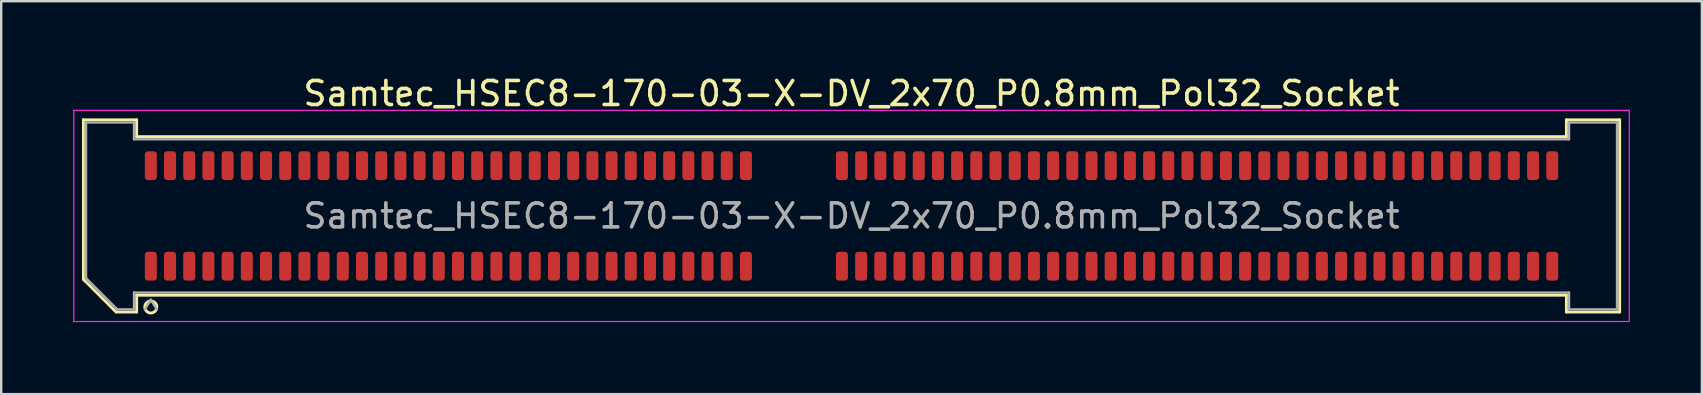
<source format=kicad_pcb>
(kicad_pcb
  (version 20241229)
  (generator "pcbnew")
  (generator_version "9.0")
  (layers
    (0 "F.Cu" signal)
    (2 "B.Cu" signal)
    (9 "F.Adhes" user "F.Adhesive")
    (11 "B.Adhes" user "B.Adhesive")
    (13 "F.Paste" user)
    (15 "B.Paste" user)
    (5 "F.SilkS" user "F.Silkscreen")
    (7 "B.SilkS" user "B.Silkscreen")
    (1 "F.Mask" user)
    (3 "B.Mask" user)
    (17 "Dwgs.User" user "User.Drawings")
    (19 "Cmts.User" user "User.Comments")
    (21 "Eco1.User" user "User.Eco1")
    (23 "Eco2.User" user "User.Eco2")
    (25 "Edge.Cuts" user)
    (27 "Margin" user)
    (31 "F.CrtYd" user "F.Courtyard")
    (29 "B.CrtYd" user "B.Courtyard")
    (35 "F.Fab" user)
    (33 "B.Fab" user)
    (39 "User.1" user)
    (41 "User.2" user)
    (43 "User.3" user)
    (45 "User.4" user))
  (footprint "Samtec_HSEC8-170-03-X-DV_2x70_P0.8mm_Pol32_Socket"
    (layer "F.Cu")
    (at 32.435 5.948)
    (property "Reference" "Samtec_HSEC8-170-03-X-DV_2x70_P0.8mm_Pol32_Socket" (at 0 -5.1 0) (layer "F.SilkS") (effects (font (size 1 1) (thickness 0.15))))
    (attr smd)
    (fp_line (start -32.01 -4.005) (end -29.79 -4.005) (stroke (width 0.12) (type solid)) (layer "F.SilkS"))
    (fp_line (start -32.01 2.641) (end -32.01 -4.005) (stroke (width 0.12) (type solid)) (layer "F.SilkS"))
    (fp_line (start -30.646 4.005) (end -32.01 2.641) (stroke (width 0.12) (type solid)) (layer "F.SilkS"))
    (fp_line (start -29.79 -4.005) (end -29.79 -3.305) (stroke (width 0.12) (type solid)) (layer "F.SilkS"))
    (fp_line (start -29.79 -3.305) (end 29.79 -3.305) (stroke (width 0.12) (type solid)) (layer "F.SilkS"))
    (fp_line (start -29.79 3.305) (end -29.79 4.005) (stroke (width 0.12) (type solid)) (layer "F.SilkS"))
    (fp_line (start -29.79 4.005) (end -30.646 4.005) (stroke (width 0.12) (type solid)) (layer "F.SilkS"))
    (fp_line (start 29.79 -4.005) (end 32.01 -4.005) (stroke (width 0.12) (type solid)) (layer "F.SilkS"))
    (fp_line (start 29.79 -3.305) (end 29.79 -4.005) (stroke (width 0.12) (type solid)) (layer "F.SilkS"))
    (fp_line (start 29.79 3.305) (end -29.79 3.305) (stroke (width 0.12) (type solid)) (layer "F.SilkS"))
    (fp_line (start 29.79 4.005) (end 29.79 3.305) (stroke (width 0.12) (type solid)) (layer "F.SilkS"))
    (fp_line (start 32.01 -4.005) (end 32.01 4.005) (stroke (width 0.12) (type solid)) (layer "F.SilkS"))
    (fp_line (start 32.01 4.005) (end 29.79 4.005) (stroke (width 0.12) (type solid)) (layer "F.SilkS"))
    (fp_arc (start -28.95 3.795) (mid -29.45 3.795) (end -28.95 3.795) (stroke (width 0.12) (type solid)) (layer "F.SilkS"))
    (fp_line (start -32.41 -4.4) (end -32.41 4.4) (stroke (width 0.05) (type solid)) (layer "F.CrtYd"))
    (fp_line (start -32.41 4.4) (end 32.41 4.4) (stroke (width 0.05) (type solid)) (layer "F.CrtYd"))
    (fp_line (start 32.41 -4.4) (end -32.41 -4.4) (stroke (width 0.05) (type solid)) (layer "F.CrtYd"))
    (fp_line (start 32.41 4.4) (end 32.41 -4.4) (stroke (width 0.05) (type solid)) (layer "F.CrtYd"))
    (fp_line (start -31.9 -3.895) (end -29.9 -3.895) (stroke (width 0.1) (type solid)) (layer "F.Fab"))
    (fp_line (start -31.9 2.595) (end -31.9 -3.895) (stroke (width 0.1) (type solid)) (layer "F.Fab"))
    (fp_line (start -30.6 3.895) (end -31.9 2.595) (stroke (width 0.1) (type solid)) (layer "F.Fab"))
    (fp_line (start -29.9 -3.895) (end -29.9 -3.195) (stroke (width 0.1) (type solid)) (layer "F.Fab"))
    (fp_line (start -29.9 -3.195) (end 29.9 -3.195) (stroke (width 0.1) (type solid)) (layer "F.Fab"))
    (fp_line (start -29.9 3.195) (end -29.9 3.895) (stroke (width 0.1) (type solid)) (layer "F.Fab"))
    (fp_line (start -29.9 3.895) (end -30.6 3.895) (stroke (width 0.1) (type solid)) (layer "F.Fab"))
    (fp_line (start -29.2 3.495) (end -29.45 3.895) (stroke (width 0.1) (type solid)) (layer "F.Fab"))
    (fp_line (start -29.2 3.495) (end -28.95 3.895) (stroke (width 0.1) (type solid)) (layer "F.Fab"))
    (fp_line (start 29.9 -3.895) (end 31.9 -3.895) (stroke (width 0.1) (type solid)) (layer "F.Fab"))
    (fp_line (start 29.9 -3.195) (end 29.9 -3.895) (stroke (width 0.1) (type solid)) (layer "F.Fab"))
    (fp_line (start 29.9 3.195) (end -29.9 3.195) (stroke (width 0.1) (type solid)) (layer "F.Fab"))
    (fp_line (start 29.9 3.895) (end 29.9 3.195) (stroke (width 0.1) (type solid)) (layer "F.Fab"))
    (fp_line (start 31.9 -3.895) (end 31.9 3.895) (stroke (width 0.1) (type solid)) (layer "F.Fab"))
    (fp_line (start 31.9 3.895) (end 29.9 3.895) (stroke (width 0.1) (type solid)) (layer "F.Fab"))
    (fp_text user "${REFERENCE}" (at 0 0 0) (layer "F.Fab") (effects (font (size 1 1) (thickness 0.15))))
    (pad "1" smd roundrect (at -29.2 2.095) (size 0.5 1.2) (layers "F.Cu" "F.Mask" "F.Paste") (roundrect_rratio 0.25))
    (pad "2" smd roundrect (at -29.2 -2.095) (size 0.5 1.2) (layers "F.Cu" "F.Mask" "F.Paste") (roundrect_rratio 0.25))
    (pad "3" smd roundrect (at -28.4 2.095) (size 0.5 1.2) (layers "F.Cu" "F.Mask" "F.Paste") (roundrect_rratio 0.25))
    (pad "4" smd roundrect (at -28.4 -2.095) (size 0.5 1.2) (layers "F.Cu" "F.Mask" "F.Paste") (roundrect_rratio 0.25))
    (pad "5" smd roundrect (at -27.6 2.095) (size 0.5 1.2) (layers "F.Cu" "F.Mask" "F.Paste") (roundrect_rratio 0.25))
    (pad "6" smd roundrect (at -27.6 -2.095) (size 0.5 1.2) (layers "F.Cu" "F.Mask" "F.Paste") (roundrect_rratio 0.25))
    (pad "7" smd roundrect (at -26.8 2.095) (size 0.5 1.2) (layers "F.Cu" "F.Mask" "F.Paste") (roundrect_rratio 0.25))
    (pad "8" smd roundrect (at -26.8 -2.095) (size 0.5 1.2) (layers "F.Cu" "F.Mask" "F.Paste") (roundrect_rratio 0.25))
    (pad "9" smd roundrect (at -26 2.095) (size 0.5 1.2) (layers "F.Cu" "F.Mask" "F.Paste") (roundrect_rratio 0.25))
    (pad "10" smd roundrect (at -26 -2.095) (size 0.5 1.2) (layers "F.Cu" "F.Mask" "F.Paste") (roundrect_rratio 0.25))
    (pad "11" smd roundrect (at -25.2 2.095) (size 0.5 1.2) (layers "F.Cu" "F.Mask" "F.Paste") (roundrect_rratio 0.25))
    (pad "12" smd roundrect (at -25.2 -2.095) (size 0.5 1.2) (layers "F.Cu" "F.Mask" "F.Paste") (roundrect_rratio 0.25))
    (pad "13" smd roundrect (at -24.4 2.095) (size 0.5 1.2) (layers "F.Cu" "F.Mask" "F.Paste") (roundrect_rratio 0.25))
    (pad "14" smd roundrect (at -24.4 -2.095) (size 0.5 1.2) (layers "F.Cu" "F.Mask" "F.Paste") (roundrect_rratio 0.25))
    (pad "15" smd roundrect (at -23.6 2.095) (size 0.5 1.2) (layers "F.Cu" "F.Mask" "F.Paste") (roundrect_rratio 0.25))
    (pad "16" smd roundrect (at -23.6 -2.095) (size 0.5 1.2) (layers "F.Cu" "F.Mask" "F.Paste") (roundrect_rratio 0.25))
    (pad "17" smd roundrect (at -22.8 2.095) (size 0.5 1.2) (layers "F.Cu" "F.Mask" "F.Paste") (roundrect_rratio 0.25))
    (pad "18" smd roundrect (at -22.8 -2.095) (size 0.5 1.2) (layers "F.Cu" "F.Mask" "F.Paste") (roundrect_rratio 0.25))
    (pad "19" smd roundrect (at -22 2.095) (size 0.5 1.2) (layers "F.Cu" "F.Mask" "F.Paste") (roundrect_rratio 0.25))
    (pad "20" smd roundrect (at -22 -2.095) (size 0.5 1.2) (layers "F.Cu" "F.Mask" "F.Paste") (roundrect_rratio 0.25))
    (pad "21" smd roundrect (at -21.2 2.095) (size 0.5 1.2) (layers "F.Cu" "F.Mask" "F.Paste") (roundrect_rratio 0.25))
    (pad "22" smd roundrect (at -21.2 -2.095) (size 0.5 1.2) (layers "F.Cu" "F.Mask" "F.Paste") (roundrect_rratio 0.25))
    (pad "23" smd roundrect (at -20.4 2.095) (size 0.5 1.2) (layers "F.Cu" "F.Mask" "F.Paste") (roundrect_rratio 0.25))
    (pad "24" smd roundrect (at -20.4 -2.095) (size 0.5 1.2) (layers "F.Cu" "F.Mask" "F.Paste") (roundrect_rratio 0.25))
    (pad "25" smd roundrect (at -19.6 2.095) (size 0.5 1.2) (layers "F.Cu" "F.Mask" "F.Paste") (roundrect_rratio 0.25))
    (pad "26" smd roundrect (at -19.6 -2.095) (size 0.5 1.2) (layers "F.Cu" "F.Mask" "F.Paste") (roundrect_rratio 0.25))
    (pad "27" smd roundrect (at -18.8 2.095) (size 0.5 1.2) (layers "F.Cu" "F.Mask" "F.Paste") (roundrect_rratio 0.25))
    (pad "28" smd roundrect (at -18.8 -2.095) (size 0.5 1.2) (layers "F.Cu" "F.Mask" "F.Paste") (roundrect_rratio 0.25))
    (pad "29" smd roundrect (at -18 2.095) (size 0.5 1.2) (layers "F.Cu" "F.Mask" "F.Paste") (roundrect_rratio 0.25))
    (pad "30" smd roundrect (at -18 -2.095) (size 0.5 1.2) (layers "F.Cu" "F.Mask" "F.Paste") (roundrect_rratio 0.25))
    (pad "31" smd roundrect (at -17.2 2.095) (size 0.5 1.2) (layers "F.Cu" "F.Mask" "F.Paste") (roundrect_rratio 0.25))
    (pad "32" smd roundrect (at -17.2 -2.095) (size 0.5 1.2) (layers "F.Cu" "F.Mask" "F.Paste") (roundrect_rratio 0.25))
    (pad "33" smd roundrect (at -16.4 2.095) (size 0.5 1.2) (layers "F.Cu" "F.Mask" "F.Paste") (roundrect_rratio 0.25))
    (pad "34" smd roundrect (at -16.4 -2.095) (size 0.5 1.2) (layers "F.Cu" "F.Mask" "F.Paste") (roundrect_rratio 0.25))
    (pad "35" smd roundrect (at -15.6 2.095) (size 0.5 1.2) (layers "F.Cu" "F.Mask" "F.Paste") (roundrect_rratio 0.25))
    (pad "36" smd roundrect (at -15.6 -2.095) (size 0.5 1.2) (layers "F.Cu" "F.Mask" "F.Paste") (roundrect_rratio 0.25))
    (pad "37" smd roundrect (at -14.8 2.095) (size 0.5 1.2) (layers "F.Cu" "F.Mask" "F.Paste") (roundrect_rratio 0.25))
    (pad "38" smd roundrect (at -14.8 -2.095) (size 0.5 1.2) (layers "F.Cu" "F.Mask" "F.Paste") (roundrect_rratio 0.25))
    (pad "39" smd roundrect (at -14 2.095) (size 0.5 1.2) (layers "F.Cu" "F.Mask" "F.Paste") (roundrect_rratio 0.25))
    (pad "40" smd roundrect (at -14 -2.095) (size 0.5 1.2) (layers "F.Cu" "F.Mask" "F.Paste") (roundrect_rratio 0.25))
    (pad "41" smd roundrect (at -13.2 2.095) (size 0.5 1.2) (layers "F.Cu" "F.Mask" "F.Paste") (roundrect_rratio 0.25))
    (pad "42" smd roundrect (at -13.2 -2.095) (size 0.5 1.2) (layers "F.Cu" "F.Mask" "F.Paste") (roundrect_rratio 0.25))
    (pad "43" smd roundrect (at -12.4 2.095) (size 0.5 1.2) (layers "F.Cu" "F.Mask" "F.Paste") (roundrect_rratio 0.25))
    (pad "44" smd roundrect (at -12.4 -2.095) (size 0.5 1.2) (layers "F.Cu" "F.Mask" "F.Paste") (roundrect_rratio 0.25))
    (pad "45" smd roundrect (at -11.6 2.095) (size 0.5 1.2) (layers "F.Cu" "F.Mask" "F.Paste") (roundrect_rratio 0.25))
    (pad "46" smd roundrect (at -11.6 -2.095) (size 0.5 1.2) (layers "F.Cu" "F.Mask" "F.Paste") (roundrect_rratio 0.25))
    (pad "47" smd roundrect (at -10.8 2.095) (size 0.5 1.2) (layers "F.Cu" "F.Mask" "F.Paste") (roundrect_rratio 0.25))
    (pad "48" smd roundrect (at -10.8 -2.095) (size 0.5 1.2) (layers "F.Cu" "F.Mask" "F.Paste") (roundrect_rratio 0.25))
    (pad "49" smd roundrect (at -10 2.095) (size 0.5 1.2) (layers "F.Cu" "F.Mask" "F.Paste") (roundrect_rratio 0.25))
    (pad "50" smd roundrect (at -10 -2.095) (size 0.5 1.2) (layers "F.Cu" "F.Mask" "F.Paste") (roundrect_rratio 0.25))
    (pad "51" smd roundrect (at -9.2 2.095) (size 0.5 1.2) (layers "F.Cu" "F.Mask" "F.Paste") (roundrect_rratio 0.25))
    (pad "52" smd roundrect (at -9.2 -2.095) (size 0.5 1.2) (layers "F.Cu" "F.Mask" "F.Paste") (roundrect_rratio 0.25))
    (pad "53" smd roundrect (at -8.4 2.095) (size 0.5 1.2) (layers "F.Cu" "F.Mask" "F.Paste") (roundrect_rratio 0.25))
    (pad "54" smd roundrect (at -8.4 -2.095) (size 0.5 1.2) (layers "F.Cu" "F.Mask" "F.Paste") (roundrect_rratio 0.25))
    (pad "55" smd roundrect (at -7.6 2.095) (size 0.5 1.2) (layers "F.Cu" "F.Mask" "F.Paste") (roundrect_rratio 0.25))
    (pad "56" smd roundrect (at -7.6 -2.095) (size 0.5 1.2) (layers "F.Cu" "F.Mask" "F.Paste") (roundrect_rratio 0.25))
    (pad "57" smd roundrect (at -6.8 2.095) (size 0.5 1.2) (layers "F.Cu" "F.Mask" "F.Paste") (roundrect_rratio 0.25))
    (pad "58" smd roundrect (at -6.8 -2.095) (size 0.5 1.2) (layers "F.Cu" "F.Mask" "F.Paste") (roundrect_rratio 0.25))
    (pad "59" smd roundrect (at -6 2.095) (size 0.5 1.2) (layers "F.Cu" "F.Mask" "F.Paste") (roundrect_rratio 0.25))
    (pad "60" smd roundrect (at -6 -2.095) (size 0.5 1.2) (layers "F.Cu" "F.Mask" "F.Paste") (roundrect_rratio 0.25))
    (pad "61" smd roundrect (at -5.2 2.095) (size 0.5 1.2) (layers "F.Cu" "F.Mask" "F.Paste") (roundrect_rratio 0.25))
    (pad "62" smd roundrect (at -5.2 -2.095) (size 0.5 1.2) (layers "F.Cu" "F.Mask" "F.Paste") (roundrect_rratio 0.25))
    (pad "63" smd roundrect (at -4.4 2.095) (size 0.5 1.2) (layers "F.Cu" "F.Mask" "F.Paste") (roundrect_rratio 0.25))
    (pad "64" smd roundrect (at -4.4 -2.095) (size 0.5 1.2) (layers "F.Cu" "F.Mask" "F.Paste") (roundrect_rratio 0.25))
    (pad "65" smd roundrect (at -0.4 2.095) (size 0.5 1.2) (layers "F.Cu" "F.Mask" "F.Paste") (roundrect_rratio 0.25))
    (pad "66" smd roundrect (at -0.4 -2.095) (size 0.5 1.2) (layers "F.Cu" "F.Mask" "F.Paste") (roundrect_rratio 0.25))
    (pad "67" smd roundrect (at 0.4 2.095) (size 0.5 1.2) (layers "F.Cu" "F.Mask" "F.Paste") (roundrect_rratio 0.25))
    (pad "68" smd roundrect (at 0.4 -2.095) (size 0.5 1.2) (layers "F.Cu" "F.Mask" "F.Paste") (roundrect_rratio 0.25))
    (pad "69" smd roundrect (at 1.2 2.095) (size 0.5 1.2) (layers "F.Cu" "F.Mask" "F.Paste") (roundrect_rratio 0.25))
    (pad "70" smd roundrect (at 1.2 -2.095) (size 0.5 1.2) (layers "F.Cu" "F.Mask" "F.Paste") (roundrect_rratio 0.25))
    (pad "71" smd roundrect (at 2 2.095) (size 0.5 1.2) (layers "F.Cu" "F.Mask" "F.Paste") (roundrect_rratio 0.25))
    (pad "72" smd roundrect (at 2 -2.095) (size 0.5 1.2) (layers "F.Cu" "F.Mask" "F.Paste") (roundrect_rratio 0.25))
    (pad "73" smd roundrect (at 2.8 2.095) (size 0.5 1.2) (layers "F.Cu" "F.Mask" "F.Paste") (roundrect_rratio 0.25))
    (pad "74" smd roundrect (at 2.8 -2.095) (size 0.5 1.2) (layers "F.Cu" "F.Mask" "F.Paste") (roundrect_rratio 0.25))
    (pad "75" smd roundrect (at 3.6 2.095) (size 0.5 1.2) (layers "F.Cu" "F.Mask" "F.Paste") (roundrect_rratio 0.25))
    (pad "76" smd roundrect (at 3.6 -2.095) (size 0.5 1.2) (layers "F.Cu" "F.Mask" "F.Paste") (roundrect_rratio 0.25))
    (pad "77" smd roundrect (at 4.4 2.095) (size 0.5 1.2) (layers "F.Cu" "F.Mask" "F.Paste") (roundrect_rratio 0.25))
    (pad "78" smd roundrect (at 4.4 -2.095) (size 0.5 1.2) (layers "F.Cu" "F.Mask" "F.Paste") (roundrect_rratio 0.25))
    (pad "79" smd roundrect (at 5.2 2.095) (size 0.5 1.2) (layers "F.Cu" "F.Mask" "F.Paste") (roundrect_rratio 0.25))
    (pad "80" smd roundrect (at 5.2 -2.095) (size 0.5 1.2) (layers "F.Cu" "F.Mask" "F.Paste") (roundrect_rratio 0.25))
    (pad "81" smd roundrect (at 6 2.095) (size 0.5 1.2) (layers "F.Cu" "F.Mask" "F.Paste") (roundrect_rratio 0.25))
    (pad "82" smd roundrect (at 6 -2.095) (size 0.5 1.2) (layers "F.Cu" "F.Mask" "F.Paste") (roundrect_rratio 0.25))
    (pad "83" smd roundrect (at 6.8 2.095) (size 0.5 1.2) (layers "F.Cu" "F.Mask" "F.Paste") (roundrect_rratio 0.25))
    (pad "84" smd roundrect (at 6.8 -2.095) (size 0.5 1.2) (layers "F.Cu" "F.Mask" "F.Paste") (roundrect_rratio 0.25))
    (pad "85" smd roundrect (at 7.6 2.095) (size 0.5 1.2) (layers "F.Cu" "F.Mask" "F.Paste") (roundrect_rratio 0.25))
    (pad "86" smd roundrect (at 7.6 -2.095) (size 0.5 1.2) (layers "F.Cu" "F.Mask" "F.Paste") (roundrect_rratio 0.25))
    (pad "87" smd roundrect (at 8.4 2.095) (size 0.5 1.2) (layers "F.Cu" "F.Mask" "F.Paste") (roundrect_rratio 0.25))
    (pad "88" smd roundrect (at 8.4 -2.095) (size 0.5 1.2) (layers "F.Cu" "F.Mask" "F.Paste") (roundrect_rratio 0.25))
    (pad "89" smd roundrect (at 9.2 2.095) (size 0.5 1.2) (layers "F.Cu" "F.Mask" "F.Paste") (roundrect_rratio 0.25))
    (pad "90" smd roundrect (at 9.2 -2.095) (size 0.5 1.2) (layers "F.Cu" "F.Mask" "F.Paste") (roundrect_rratio 0.25))
    (pad "91" smd roundrect (at 10 2.095) (size 0.5 1.2) (layers "F.Cu" "F.Mask" "F.Paste") (roundrect_rratio 0.25))
    (pad "92" smd roundrect (at 10 -2.095) (size 0.5 1.2) (layers "F.Cu" "F.Mask" "F.Paste") (roundrect_rratio 0.25))
    (pad "93" smd roundrect (at 10.8 2.095) (size 0.5 1.2) (layers "F.Cu" "F.Mask" "F.Paste") (roundrect_rratio 0.25))
    (pad "94" smd roundrect (at 10.8 -2.095) (size 0.5 1.2) (layers "F.Cu" "F.Mask" "F.Paste") (roundrect_rratio 0.25))
    (pad "95" smd roundrect (at 11.6 2.095) (size 0.5 1.2) (layers "F.Cu" "F.Mask" "F.Paste") (roundrect_rratio 0.25))
    (pad "96" smd roundrect (at 11.6 -2.095) (size 0.5 1.2) (layers "F.Cu" "F.Mask" "F.Paste") (roundrect_rratio 0.25))
    (pad "97" smd roundrect (at 12.4 2.095) (size 0.5 1.2) (layers "F.Cu" "F.Mask" "F.Paste") (roundrect_rratio 0.25))
    (pad "98" smd roundrect (at 12.4 -2.095) (size 0.5 1.2) (layers "F.Cu" "F.Mask" "F.Paste") (roundrect_rratio 0.25))
    (pad "99" smd roundrect (at 13.2 2.095) (size 0.5 1.2) (layers "F.Cu" "F.Mask" "F.Paste") (roundrect_rratio 0.25))
    (pad "100" smd roundrect (at 13.2 -2.095) (size 0.5 1.2) (layers "F.Cu" "F.Mask" "F.Paste") (roundrect_rratio 0.25))
    (pad "101" smd roundrect (at 14 2.095) (size 0.5 1.2) (layers "F.Cu" "F.Mask" "F.Paste") (roundrect_rratio 0.25))
    (pad "102" smd roundrect (at 14 -2.095) (size 0.5 1.2) (layers "F.Cu" "F.Mask" "F.Paste") (roundrect_rratio 0.25))
    (pad "103" smd roundrect (at 14.8 2.095) (size 0.5 1.2) (layers "F.Cu" "F.Mask" "F.Paste") (roundrect_rratio 0.25))
    (pad "104" smd roundrect (at 14.8 -2.095) (size 0.5 1.2) (layers "F.Cu" "F.Mask" "F.Paste") (roundrect_rratio 0.25))
    (pad "105" smd roundrect (at 15.6 2.095) (size 0.5 1.2) (layers "F.Cu" "F.Mask" "F.Paste") (roundrect_rratio 0.25))
    (pad "106" smd roundrect (at 15.6 -2.095) (size 0.5 1.2) (layers "F.Cu" "F.Mask" "F.Paste") (roundrect_rratio 0.25))
    (pad "107" smd roundrect (at 16.4 2.095) (size 0.5 1.2) (layers "F.Cu" "F.Mask" "F.Paste") (roundrect_rratio 0.25))
    (pad "108" smd roundrect (at 16.4 -2.095) (size 0.5 1.2) (layers "F.Cu" "F.Mask" "F.Paste") (roundrect_rratio 0.25))
    (pad "109" smd roundrect (at 17.2 2.095) (size 0.5 1.2) (layers "F.Cu" "F.Mask" "F.Paste") (roundrect_rratio 0.25))
    (pad "110" smd roundrect (at 17.2 -2.095) (size 0.5 1.2) (layers "F.Cu" "F.Mask" "F.Paste") (roundrect_rratio 0.25))
    (pad "111" smd roundrect (at 18 2.095) (size 0.5 1.2) (layers "F.Cu" "F.Mask" "F.Paste") (roundrect_rratio 0.25))
    (pad "112" smd roundrect (at 18 -2.095) (size 0.5 1.2) (layers "F.Cu" "F.Mask" "F.Paste") (roundrect_rratio 0.25))
    (pad "113" smd roundrect (at 18.8 2.095) (size 0.5 1.2) (layers "F.Cu" "F.Mask" "F.Paste") (roundrect_rratio 0.25))
    (pad "114" smd roundrect (at 18.8 -2.095) (size 0.5 1.2) (layers "F.Cu" "F.Mask" "F.Paste") (roundrect_rratio 0.25))
    (pad "115" smd roundrect (at 19.6 2.095) (size 0.5 1.2) (layers "F.Cu" "F.Mask" "F.Paste") (roundrect_rratio 0.25))
    (pad "116" smd roundrect (at 19.6 -2.095) (size 0.5 1.2) (layers "F.Cu" "F.Mask" "F.Paste") (roundrect_rratio 0.25))
    (pad "117" smd roundrect (at 20.4 2.095) (size 0.5 1.2) (layers "F.Cu" "F.Mask" "F.Paste") (roundrect_rratio 0.25))
    (pad "118" smd roundrect (at 20.4 -2.095) (size 0.5 1.2) (layers "F.Cu" "F.Mask" "F.Paste") (roundrect_rratio 0.25))
    (pad "119" smd roundrect (at 21.2 2.095) (size 0.5 1.2) (layers "F.Cu" "F.Mask" "F.Paste") (roundrect_rratio 0.25))
    (pad "120" smd roundrect (at 21.2 -2.095) (size 0.5 1.2) (layers "F.Cu" "F.Mask" "F.Paste") (roundrect_rratio 0.25))
    (pad "121" smd roundrect (at 22 2.095) (size 0.5 1.2) (layers "F.Cu" "F.Mask" "F.Paste") (roundrect_rratio 0.25))
    (pad "122" smd roundrect (at 22 -2.095) (size 0.5 1.2) (layers "F.Cu" "F.Mask" "F.Paste") (roundrect_rratio 0.25))
    (pad "123" smd roundrect (at 22.8 2.095) (size 0.5 1.2) (layers "F.Cu" "F.Mask" "F.Paste") (roundrect_rratio 0.25))
    (pad "124" smd roundrect (at 22.8 -2.095) (size 0.5 1.2) (layers "F.Cu" "F.Mask" "F.Paste") (roundrect_rratio 0.25))
    (pad "125" smd roundrect (at 23.6 2.095) (size 0.5 1.2) (layers "F.Cu" "F.Mask" "F.Paste") (roundrect_rratio 0.25))
    (pad "126" smd roundrect (at 23.6 -2.095) (size 0.5 1.2) (layers "F.Cu" "F.Mask" "F.Paste") (roundrect_rratio 0.25))
    (pad "127" smd roundrect (at 24.4 2.095) (size 0.5 1.2) (layers "F.Cu" "F.Mask" "F.Paste") (roundrect_rratio 0.25))
    (pad "128" smd roundrect (at 24.4 -2.095) (size 0.5 1.2) (layers "F.Cu" "F.Mask" "F.Paste") (roundrect_rratio 0.25))
    (pad "129" smd roundrect (at 25.2 2.095) (size 0.5 1.2) (layers "F.Cu" "F.Mask" "F.Paste") (roundrect_rratio 0.25))
    (pad "130" smd roundrect (at 25.2 -2.095) (size 0.5 1.2) (layers "F.Cu" "F.Mask" "F.Paste") (roundrect_rratio 0.25))
    (pad "131" smd roundrect (at 26 2.095) (size 0.5 1.2) (layers "F.Cu" "F.Mask" "F.Paste") (roundrect_rratio 0.25))
    (pad "132" smd roundrect (at 26 -2.095) (size 0.5 1.2) (layers "F.Cu" "F.Mask" "F.Paste") (roundrect_rratio 0.25))
    (pad "133" smd roundrect (at 26.8 2.095) (size 0.5 1.2) (layers "F.Cu" "F.Mask" "F.Paste") (roundrect_rratio 0.25))
    (pad "134" smd roundrect (at 26.8 -2.095) (size 0.5 1.2) (layers "F.Cu" "F.Mask" "F.Paste") (roundrect_rratio 0.25))
    (pad "135" smd roundrect (at 27.6 2.095) (size 0.5 1.2) (layers "F.Cu" "F.Mask" "F.Paste") (roundrect_rratio 0.25))
    (pad "136" smd roundrect (at 27.6 -2.095) (size 0.5 1.2) (layers "F.Cu" "F.Mask" "F.Paste") (roundrect_rratio 0.25))
    (pad "137" smd roundrect (at 28.4 2.095) (size 0.5 1.2) (layers "F.Cu" "F.Mask" "F.Paste") (roundrect_rratio 0.25))
    (pad "138" smd roundrect (at 28.4 -2.095) (size 0.5 1.2) (layers "F.Cu" "F.Mask" "F.Paste") (roundrect_rratio 0.25))
    (pad "139" smd roundrect (at 29.2 2.095) (size 0.5 1.2) (layers "F.Cu" "F.Mask" "F.Paste") (roundrect_rratio 0.25))
    (pad "140" smd roundrect (at 29.2 -2.095) (size 0.5 1.2) (layers "F.Cu" "F.Mask" "F.Paste") (roundrect_rratio 0.25)))
  (gr_rect
    (start -3 -3)
    (end 67.87 13.373)
    (stroke (width 0.1) (type default))
    (fill no)
    (layer "Edge.Cuts")))
</source>
